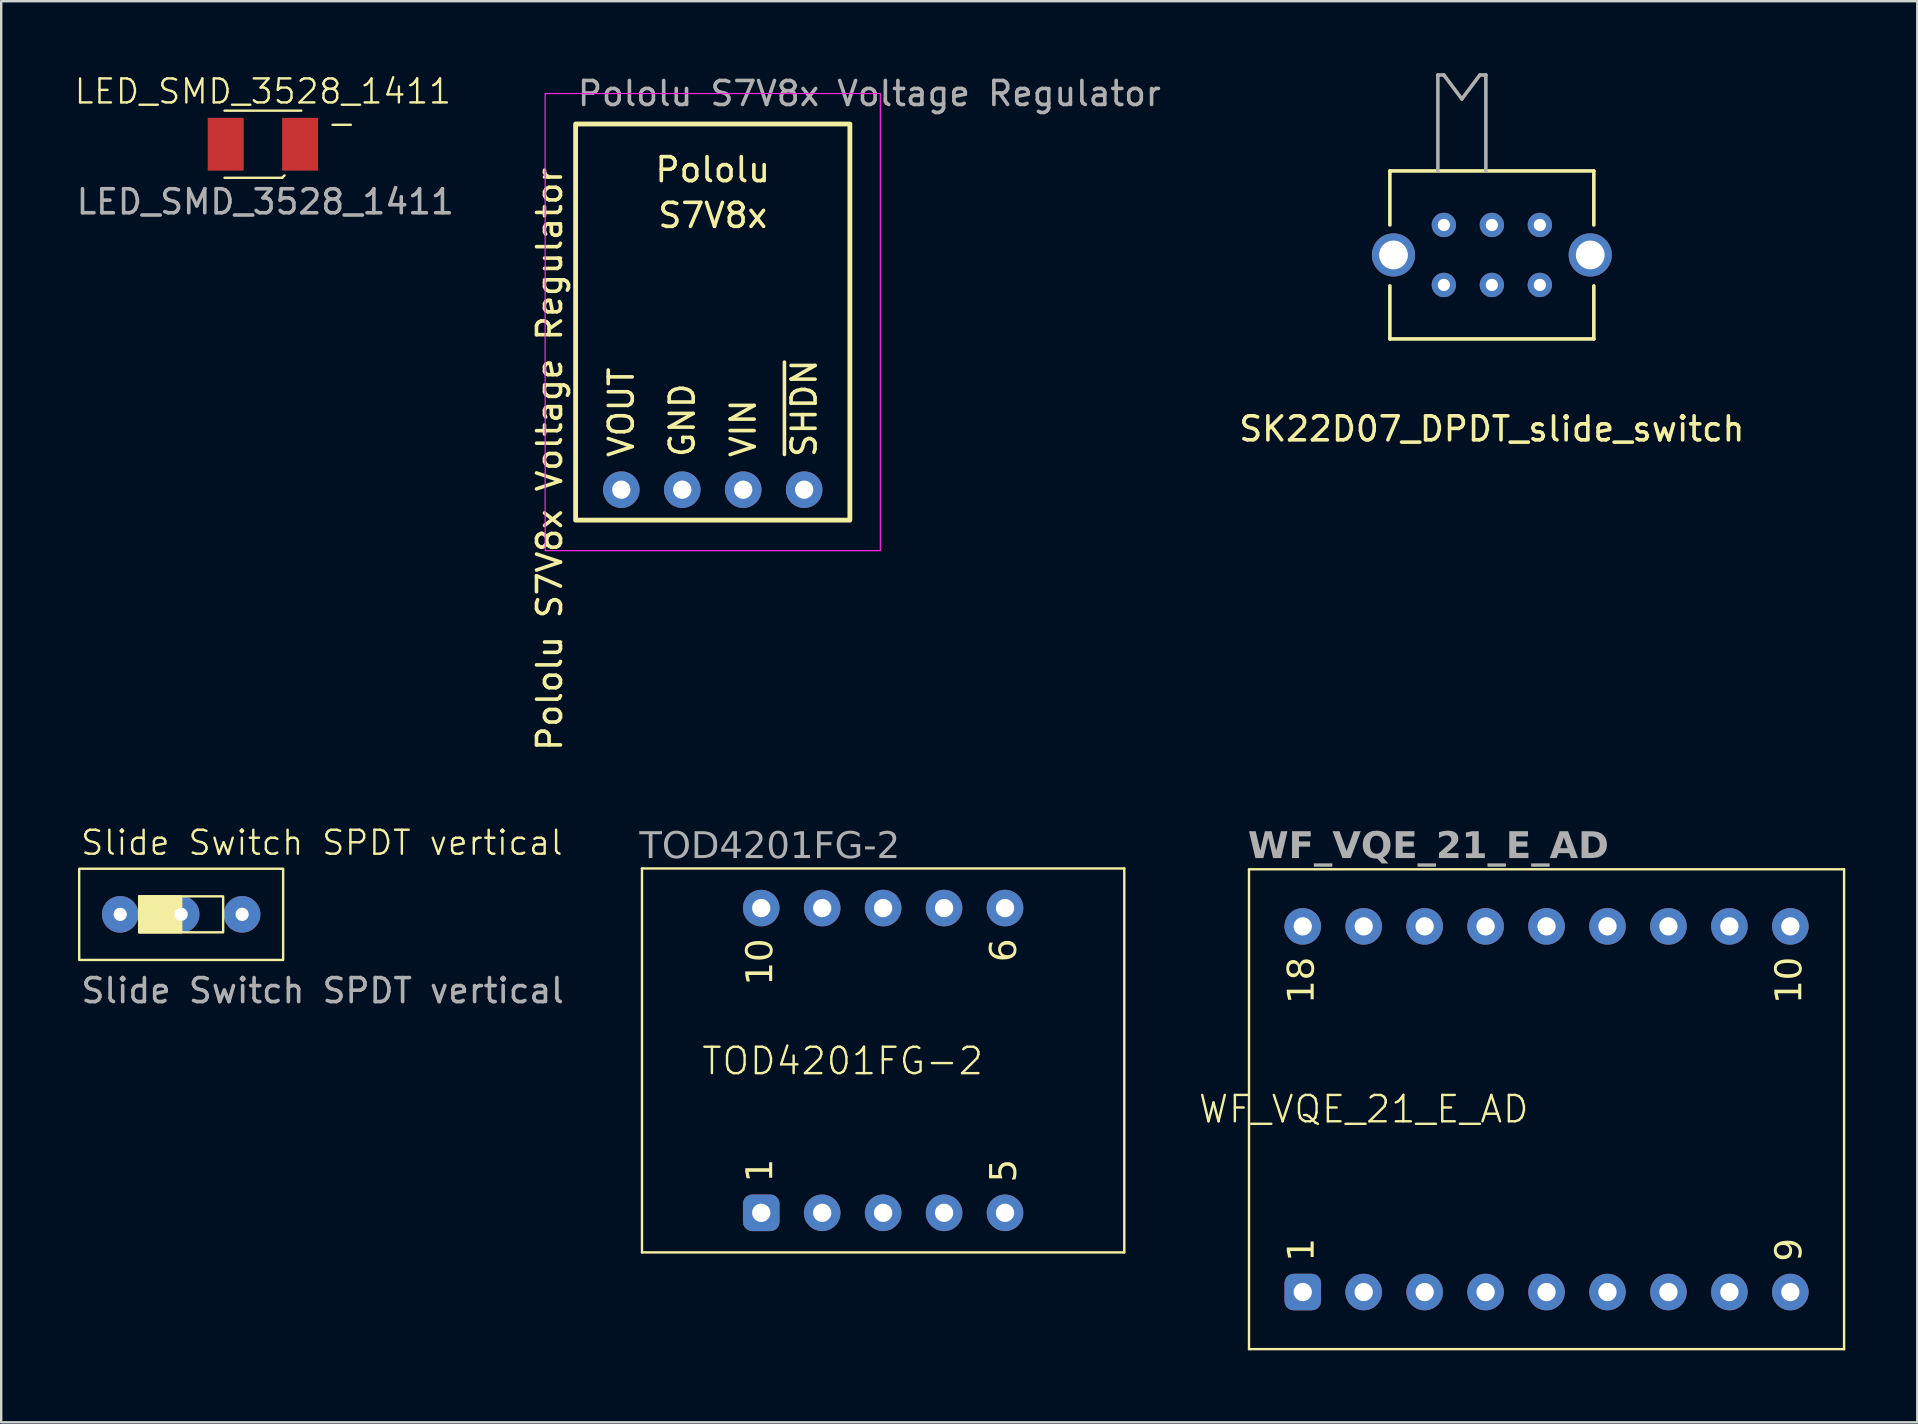
<source format=kicad_pcb>
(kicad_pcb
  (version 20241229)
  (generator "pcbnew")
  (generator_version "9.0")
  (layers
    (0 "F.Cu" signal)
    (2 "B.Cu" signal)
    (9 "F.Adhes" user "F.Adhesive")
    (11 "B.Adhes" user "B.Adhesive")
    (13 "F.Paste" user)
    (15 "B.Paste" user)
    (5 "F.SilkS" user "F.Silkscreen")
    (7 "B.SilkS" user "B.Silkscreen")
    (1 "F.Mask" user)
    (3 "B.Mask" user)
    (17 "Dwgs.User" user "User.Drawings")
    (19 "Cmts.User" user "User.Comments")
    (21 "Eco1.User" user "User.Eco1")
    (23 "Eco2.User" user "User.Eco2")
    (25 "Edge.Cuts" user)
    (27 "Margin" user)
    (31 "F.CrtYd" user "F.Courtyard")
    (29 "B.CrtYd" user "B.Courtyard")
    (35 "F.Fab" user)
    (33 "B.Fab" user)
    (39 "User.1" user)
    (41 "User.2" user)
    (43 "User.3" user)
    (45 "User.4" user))
  (footprint "LED_SMD_3528_1411"
    (layer "F.Cu")
    (at 7.907 2.961)
    (property "Reference" "LED_SMD_3528_1411" (at 0 -2.2 0) (unlocked yes) (layer "F.SilkS") (effects (font (size 1 1) (thickness 0.1))))
    (attr smd)
    (fp_line (start -1.6 -1.4) (end 1.6 -1.4) (stroke (width 0.1) (type default)) (layer "F.SilkS"))
    (fp_line (start -1.6 1.4) (end 0.8 1.4) (stroke (width 0.1) (type default)) (layer "F.SilkS"))
    (fp_line (start 0.8 1.4) (end 0.9 1.3) (stroke (width 0.1) (type default)) (layer "F.SilkS"))
    (fp_text user "-" (at 2.6 -0.3 0) (unlocked yes) (layer "F.SilkS") (effects (font (size 1 1) (thickness 0.1)) (justify left bottom)))
    (fp_text user "${REFERENCE}" (at 0.1 2.4 0) (unlocked yes) (layer "F.Fab") (effects (font (size 1 1) (thickness 0.15))))
    (pad "1" smd rect (at 1.55 0) (size 1.5 2.2) (layers "F.Cu" "F.Mask" "F.Paste"))
    (pad "2" smd rect (at -1.55 0) (size 1.5 2.2) (layers "F.Cu" "F.Mask" "F.Paste")))
  (footprint "Slide Switch SPDT vertical"
    (layer "F.Cu")
    (at 0.25 33.156)
    (property "Reference" "Slide Switch SPDT vertical" (at 0 -0.5 0) (unlocked yes) (layer "F.SilkS") (effects (font (size 1 1) (thickness 0.1)) (justify left bottom)))
    (attr through_hole)
    (fp_rect (start 0 0) (end 8.5 3.8) (stroke (width 0.1) (type default)) (fill no) (layer "F.SilkS"))
    (fp_rect (start 2.5 1.15) (end 4.25 2.65) (stroke (width 0.1) (type solid)) (fill yes) (layer "F.SilkS"))
    (fp_rect (start 2.5 1.15) (end 6 2.65) (stroke (width 0.1) (type default)) (fill no) (layer "F.SilkS"))
    (fp_text user "${REFERENCE}" (at 0 5.08 0) (unlocked yes) (layer "F.Fab") (effects (font (size 1 1) (thickness 0.15)) (justify left)))
    (pad "1" thru_hole circle (at 1.71 1.9) (size 1.524 1.524) (drill 0.55) (layers "*.Cu" "*.Mask"))
    (pad "2" thru_hole circle (at 4.25 1.9) (size 1.524 1.524) (drill 0.55) (layers "*.Cu" "*.Mask"))
    (pad "3" thru_hole circle (at 6.79 1.9) (size 1.524 1.524) (drill 0.55) (layers "*.Cu" "*.Mask")))
  (footprint "WF_VQE_21_E_AD"
    (layer "F.Cu")
    (at 51.243 50.797)
    (property "Reference" "WF_VQE_21_E_AD" (at 2.54 -7.62 0) (unlocked yes) (layer "F.SilkS") (effects (font (size 1.1 1.1) (thickness 0.1))))
    (attr through_hole)
    (fp_line (start -2.24 -17.62) (end 22.56 -17.62) (stroke (width 0.1) (type default)) (layer "F.SilkS"))
    (fp_line (start -2.24 2.38) (end -2.24 -17.62) (stroke (width 0.1) (type default)) (layer "F.SilkS"))
    (fp_line (start -2.24 2.38) (end 22.56 2.38) (stroke (width 0.1) (type default)) (layer "F.SilkS"))
    (fp_line (start 22.56 -17.62) (end 22.56 2.38) (stroke (width 0.1) (type default)) (layer "F.SilkS"))
    (fp_text user "1" (at 0 -1.27 90) (unlocked yes) (layer "F.SilkS") (effects (font (face "JetBrains Mono Medium") (size 1.1 1.1) (thickness 0.1)) (justify left)))
    (fp_text user "18" (at 0 -13.97 90) (unlocked yes) (layer "F.SilkS") (effects (font (face "JetBrains Mono Medium") (size 1.1 1.1) (thickness 0.1)) (justify right)))
    (fp_text user "10" (at 20.32 -13.97 90) (unlocked yes) (layer "F.SilkS") (effects (font (face "JetBrains Mono Medium") (size 1.1 1.1) (thickness 0.1)) (justify right)))
    (fp_text user "9" (at 20.32 -1.27 90) (unlocked yes) (layer "F.SilkS") (effects (font (face "JetBrains Mono Medium") (size 1.1 1.1) (thickness 0.1)) (justify left)))
    (fp_text user "${REFERENCE}" (at -2.286 -18.542 0) (unlocked yes) (layer "F.Fab") (effects (font (face "JetBrains Mono Medium") (size 1.1 1.1) (thickness 0.2) (bold yes)) (justify left)))
    (pad "1" thru_hole roundrect (at 0 0) (size 1.524 1.524) (drill 0.762) (layers "*.Cu" "*.Mask") (roundrect_rratio 0.25))
    (pad "2" thru_hole circle (at 2.54 0) (size 1.524 1.524) (drill 0.762) (layers "*.Cu" "*.Mask"))
    (pad "3" thru_hole circle (at 5.08 0) (size 1.524 1.524) (drill 0.762) (layers "*.Cu" "*.Mask"))
    (pad "4" thru_hole circle (at 7.62 0) (size 1.524 1.524) (drill 0.762) (layers "*.Cu" "*.Mask"))
    (pad "5" thru_hole circle (at 10.16 0) (size 1.524 1.524) (drill 0.762) (layers "*.Cu" "*.Mask"))
    (pad "6" thru_hole circle (at 12.7 0) (size 1.524 1.524) (drill 0.762) (layers "*.Cu" "*.Mask"))
    (pad "7" thru_hole circle (at 15.24 0) (size 1.524 1.524) (drill 0.762) (layers "*.Cu" "*.Mask"))
    (pad "8" thru_hole circle (at 17.78 0) (size 1.524 1.524) (drill 0.762) (layers "*.Cu" "*.Mask"))
    (pad "9" thru_hole circle (at 20.32 0) (size 1.524 1.524) (drill 0.762) (layers "*.Cu" "*.Mask"))
    (pad "10" thru_hole circle (at 20.32 -15.24) (size 1.524 1.524) (drill 0.762) (layers "*.Cu" "*.Mask"))
    (pad "11" thru_hole circle (at 17.78 -15.24) (size 1.524 1.524) (drill 0.762) (layers "*.Cu" "*.Mask"))
    (pad "12" thru_hole circle (at 15.24 -15.24) (size 1.524 1.524) (drill 0.762) (layers "*.Cu" "*.Mask"))
    (pad "13" thru_hole circle (at 12.7 -15.24) (size 1.524 1.524) (drill 0.762) (layers "*.Cu" "*.Mask"))
    (pad "14" thru_hole circle (at 10.16 -15.24) (size 1.524 1.524) (drill 0.762) (layers "*.Cu" "*.Mask"))
    (pad "15" thru_hole circle (at 7.62 -15.24) (size 1.524 1.524) (drill 0.762) (layers "*.Cu" "*.Mask"))
    (pad "16" thru_hole circle (at 5.08 -15.24) (size 1.524 1.524) (drill 0.762) (layers "*.Cu" "*.Mask"))
    (pad "17" thru_hole circle (at 2.54 -15.24) (size 1.524 1.524) (drill 0.762) (layers "*.Cu" "B.Mask"))
    (pad "18" thru_hole circle (at 0 -15.24) (size 1.524 1.524) (drill 0.762) (layers "*.Cu" "*.Mask")))
  (footprint "SK22D07_DPDT_slide_switch"
    (layer "F.Cu")
    (at 59.124 6.325)
    (property "Reference" "SK22D07_DPDT_slide_switch" (at 0 8.5 0) (layer "F.SilkS") (effects (font (size 1 1) (thickness 0.15))))
    (attr through_hole)
    (fp_line (start -4.25 -2.25) (end -4.25 0) (stroke (width 0.15) (type default)) (layer "F.SilkS"))
    (fp_line (start -4.25 4.75) (end -4.25 2.54) (stroke (width 0.15) (type default)) (layer "F.SilkS"))
    (fp_line (start -4.25 4.75) (end 4.25 4.75) (stroke (width 0.15) (type solid)) (layer "F.SilkS"))
    (fp_line (start 4.25 -2.25) (end -4.25 -2.25) (stroke (width 0.15) (type solid)) (layer "F.SilkS"))
    (fp_line (start 4.25 0) (end 4.25 -2.25) (stroke (width 0.15) (type solid)) (layer "F.SilkS"))
    (fp_line (start 4.25 4.75) (end 4.25 2.54) (stroke (width 0.15) (type default)) (layer "F.SilkS"))
    (fp_line (start -2.25 -6.25) (end -2 -6.25) (stroke (width 0.15) (type solid)) (layer "F.Fab"))
    (fp_line (start -2.25 -2.25) (end -2.25 -6.25) (stroke (width 0.15) (type solid)) (layer "F.Fab"))
    (fp_line (start -2 -6.25) (end -1.25 -5.25) (stroke (width 0.15) (type solid)) (layer "F.Fab"))
    (fp_line (start -1.25 -5.25) (end -0.5 -6.25) (stroke (width 0.15) (type solid)) (layer "F.Fab"))
    (fp_line (start -0.5 -6.25) (end -0.25 -6.25) (stroke (width 0.15) (type solid)) (layer "F.Fab"))
    (fp_line (start -0.25 -6.25) (end -0.25 -2.25) (stroke (width 0.15) (type solid)) (layer "F.Fab"))
    (pad "" thru_hole circle (at -4.1 1.25) (size 1.8 1.8) (drill 1.2) (layers "*.Cu" "*.Mask"))
    (pad "" thru_hole circle (at 4.1 1.25) (size 1.8 1.8) (drill 1.2) (layers "*.Cu" "*.Mask"))
    (pad "1" thru_hole circle (at -2 0) (size 1.016 1.016) (drill 0.508) (layers "*.Cu" "*.Mask"))
    (pad "2" thru_hole circle (at 0 0) (size 1.016 1.016) (drill 0.508) (layers "*.Cu" "*.Mask"))
    (pad "3" thru_hole circle (at 2 0) (size 1.016 1.016) (drill 0.508) (layers "*.Cu" "*.Mask"))
    (pad "4" thru_hole circle (at -2 2.5) (size 1.016 1.016) (drill 0.508) (layers "*.Cu" "*.Mask"))
    (pad "5" thru_hole circle (at 0 2.5) (size 1.016 1.016) (drill 0.508) (layers "*.Cu" "*.Mask"))
    (pad "6" thru_hole circle (at 2 2.5) (size 1.016 1.016) (drill 0.508) (layers "*.Cu" "*.Mask")))
  (footprint "TOD4201FG-2"
    (layer "F.Cu")
    (at 28.675 47.495)
    (property "Reference" "TOD4201FG-2" (at -2.54 -6.326 0) (unlocked yes) (layer "F.SilkS") (effects (font (size 1.1 1.1) (thickness 0.1)) (justify left)))
    (attr through_hole)
    (fp_line (start -4.97 -14.35) (end 15.13 -14.35) (stroke (width 0.1) (type default)) (layer "F.SilkS"))
    (fp_line (start -4.97 1.65) (end -4.97 -14.35) (stroke (width 0.1) (type default)) (layer "F.SilkS"))
    (fp_line (start -4.97 1.65) (end 15.13 1.65) (stroke (width 0.1) (type default)) (layer "F.SilkS"))
    (fp_line (start 15.13 -14.35) (end 15.13 1.65) (stroke (width 0.1) (type default)) (layer "F.SilkS"))
    (fp_text user "1" (at 0 -1.27 90) (unlocked yes) (layer "F.SilkS") (effects (font (face "JetBrains Mono Medium") (size 1.1 1.1) (thickness 0.1)) (justify left)))
    (fp_text user "5" (at 10.16 -1.27 90) (unlocked yes) (layer "F.SilkS") (effects (font (face "JetBrains Mono Medium") (size 1.1 1.1) (thickness 0.1)) (justify left)))
    (fp_text user "10" (at 0 -11.43 90) (unlocked yes) (layer "F.SilkS") (effects (font (face "JetBrains Mono Medium") (size 1.1 1.1) (thickness 0.1)) (justify right)))
    (fp_text user "6" (at 10.16 -11.43 90) (unlocked yes) (layer "F.SilkS") (effects (font (face "JetBrains Mono Medium") (size 1.1 1.1) (thickness 0.1)) (justify right)))
    (fp_text user "${REFERENCE}" (at -5.08 -15.24 0) (unlocked yes) (layer "F.Fab") (effects (font (face "JetBrains Mono Medium") (size 1.1 1.1) (thickness 0.15)) (justify left)))
    (pad "1" thru_hole roundrect (at 0 0) (size 1.524 1.524) (drill 0.762) (layers "*.Cu" "*.Mask") (roundrect_rratio 0.25))
    (pad "2" thru_hole circle (at 2.54 0) (size 1.524 1.524) (drill 0.762) (layers "*.Cu" "*.Mask"))
    (pad "3" thru_hole circle (at 5.08 0) (size 1.524 1.524) (drill 0.762) (layers "*.Cu" "*.Mask"))
    (pad "4" thru_hole circle (at 7.62 0) (size 1.524 1.524) (drill 0.762) (layers "*.Cu" "*.Mask"))
    (pad "5" thru_hole circle (at 10.16 0) (size 1.524 1.524) (drill 0.762) (layers "*.Cu" "*.Mask"))
    (pad "6" thru_hole circle (at 10.16 -12.7) (size 1.524 1.524) (drill 0.762) (layers "*.Cu" "*.Mask"))
    (pad "7" thru_hole circle (at 7.62 -12.7) (size 1.524 1.524) (drill 0.762) (layers "*.Cu" "*.Mask"))
    (pad "8" thru_hole circle (at 5.08 -12.7) (size 1.524 1.524) (drill 0.762) (layers "*.Cu" "*.Mask"))
    (pad "9" thru_hole circle (at 2.54 -12.7) (size 1.524 1.524) (drill 0.762) (layers "*.Cu" "*.Mask"))
    (pad "10" thru_hole circle (at 0 -12.7) (size 1.524 1.524) (drill 0.762) (layers "*.Cu" "*.Mask")))
  (footprint "Pololu S7V8x Voltage Regulator"
    (layer "F.Cu")
    (at 20.939 18.628)
    (property "Reference" "Pololu S7V8x Voltage Regulator" (at -0.5 -2.54 90) (unlocked yes) (layer "F.SilkS") (effects (font (size 1 1) (thickness 0.15)) (justify bottom)))
    (attr through_hole)
    (fp_rect (start 0 0) (end 11.43 -16.51) (stroke (width 0.2) (type default)) (fill no) (layer "F.SilkS"))
    (fp_rect (start -1.27 1.27) (end 12.7 -17.78) (stroke (width 0.05) (type solid)) (fill no) (layer "F.CrtYd"))
    (fp_text user "~{SHDN}" (at 9.525 -2.54 90) (unlocked yes) (layer "F.SilkS") (effects (font (size 1 1) (thickness 0.15)) (justify left)))
    (fp_text user "VIN" (at 6.985 -2.54 90) (unlocked yes) (layer "F.SilkS") (effects (font (size 1 1) (thickness 0.15)) (justify left)))
    (fp_text user "GND" (at 4.445 -2.54 90) (unlocked yes) (layer "F.SilkS") (effects (font (size 1 1) (thickness 0.15)) (justify left)))
    (fp_text user "VOUT" (at 1.905 -2.54 90) (unlocked yes) (layer "F.SilkS") (effects (font (size 1 1) (thickness 0.15)) (justify left)))
    (fp_text user "Pololu" (at 5.715 -14.605 0) (unlocked yes) (layer "F.SilkS") (effects (font (size 1 1) (thickness 0.15))))
    (fp_text user "S7V8x" (at 5.715 -12.7 0) (unlocked yes) (layer "F.SilkS") (effects (font (size 1 1) (thickness 0.15))))
    (fp_text user "${REFERENCE}" (at 0 -17.78 0) (unlocked yes) (layer "F.Fab") (effects (font (size 1 1) (thickness 0.15)) (justify left)))
    (pad "1" thru_hole circle (at 9.525 -1.27) (size 1.524 1.524) (drill 0.762) (layers "*.Cu" "*.Mask"))
    (pad "2" thru_hole circle (at 6.985 -1.27) (size 1.524 1.524) (drill 0.762) (layers "*.Cu" "*.Mask"))
    (pad "3" thru_hole circle (at 4.445 -1.27) (size 1.524 1.524) (drill 0.762) (layers "*.Cu" "*.Mask"))
    (pad "4" thru_hole circle (at 1.905 -1.27) (size 1.524 1.524) (drill 0.762) (layers "*.Cu" "*.Mask")))
  (gr_rect
    (start -3 -3)
    (end 76.853 56.227)
    (stroke (width 0.1) (type default))
    (fill no)
    (layer "Edge.Cuts")))
</source>
